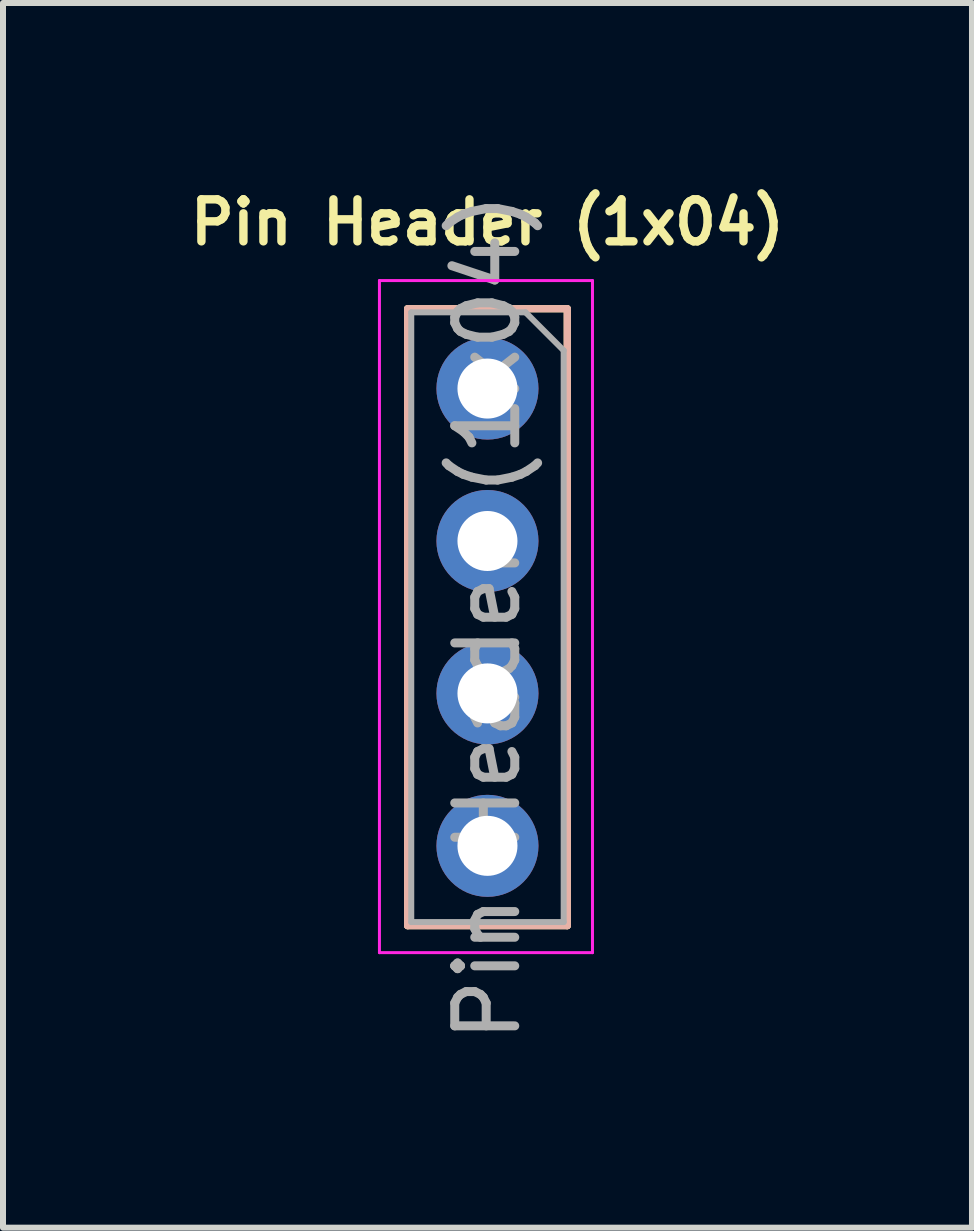
<source format=kicad_pcb>
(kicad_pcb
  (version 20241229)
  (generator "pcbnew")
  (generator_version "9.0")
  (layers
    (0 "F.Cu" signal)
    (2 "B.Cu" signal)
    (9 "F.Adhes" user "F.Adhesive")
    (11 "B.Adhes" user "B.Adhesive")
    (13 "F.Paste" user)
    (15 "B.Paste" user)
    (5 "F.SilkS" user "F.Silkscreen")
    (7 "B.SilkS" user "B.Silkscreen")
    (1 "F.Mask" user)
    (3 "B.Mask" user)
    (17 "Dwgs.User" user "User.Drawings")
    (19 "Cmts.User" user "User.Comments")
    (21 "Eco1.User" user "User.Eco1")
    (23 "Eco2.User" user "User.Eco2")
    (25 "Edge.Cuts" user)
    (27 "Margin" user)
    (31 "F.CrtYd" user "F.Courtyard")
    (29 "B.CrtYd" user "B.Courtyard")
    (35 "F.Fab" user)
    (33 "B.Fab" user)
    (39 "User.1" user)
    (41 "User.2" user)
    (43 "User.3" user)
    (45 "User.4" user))
  (footprint "Pin Header (1x04)"
    (layer "F.Cu")
    (at 5.073 3.425)
    (property "Reference" "Pin Header (1x04)" (at 0 -2.77 0) (layer "F.SilkS") (effects (font (size 0.7 0.7) (thickness 0.14) (bold yes))))
    (attr through_hole)
    (fp_line (start -1.33 -1.33) (end -1.33 8.95) (stroke (width 0.12) (type solid)) (layer "F.SilkS"))
    (fp_line (start -1.33 -1.33) (end 1.33 -1.33) (stroke (width 0.12) (type solid)) (layer "F.SilkS"))
    (fp_line (start -1.33 8.95) (end 1.33 8.95) (stroke (width 0.12) (type solid)) (layer "F.SilkS"))
    (fp_line (start 1.33 -1.33) (end 1.33 8.95) (stroke (width 0.12) (type solid)) (layer "F.SilkS"))
    (fp_line (start -1.33 -1.33) (end -1.33 8.95) (stroke (width 0.12) (type solid)) (layer "B.SilkS"))
    (fp_line (start -1.33 -1.33) (end 1.33 -1.33) (stroke (width 0.12) (type solid)) (layer "B.SilkS"))
    (fp_line (start -1.33 8.95) (end 1.33 8.95) (stroke (width 0.12) (type solid)) (layer "B.SilkS"))
    (fp_line (start 1.33 -1.33) (end 1.33 8.95) (stroke (width 0.12) (type solid)) (layer "B.SilkS"))
    (fp_line (start -1.8 -1.8) (end 1.75 -1.8) (stroke (width 0.05) (type solid)) (layer "F.CrtYd"))
    (fp_line (start -1.8 9.4) (end -1.8 -1.8) (stroke (width 0.05) (type solid)) (layer "F.CrtYd"))
    (fp_line (start 1.75 -1.8) (end 1.75 9.4) (stroke (width 0.05) (type solid)) (layer "F.CrtYd"))
    (fp_line (start 1.75 9.4) (end -1.8 9.4) (stroke (width 0.05) (type solid)) (layer "F.CrtYd"))
    (fp_line (start -1.27 -1.27) (end 0.635 -1.27) (stroke (width 0.1) (type solid)) (layer "F.Fab"))
    (fp_line (start -1.27 8.89) (end -1.27 -1.27) (stroke (width 0.1) (type solid)) (layer "F.Fab"))
    (fp_line (start 0.635 -1.27) (end 1.27 -0.635) (stroke (width 0.1) (type solid)) (layer "F.Fab"))
    (fp_line (start 1.27 -0.635) (end 1.27 8.89) (stroke (width 0.1) (type solid)) (layer "F.Fab"))
    (fp_line (start 1.27 8.89) (end -1.27 8.89) (stroke (width 0.1) (type solid)) (layer "F.Fab"))
    (fp_text user "${REFERENCE}" (at 0 3.81 90) (layer "F.Fab") (effects (font (size 1 1) (thickness 0.15))))
    (pad "1" thru_hole circle (at 0 0) (size 1.7 1.7) (drill 1) (layers "*.Cu" "*.Mask"))
    (pad "2" thru_hole oval (at 0 2.54) (size 1.7 1.7) (drill 1) (layers "*.Cu" "*.Mask"))
    (pad "3" thru_hole oval (at 0 5.08) (size 1.7 1.7) (drill 1) (layers "*.Cu" "*.Mask"))
    (pad "4" thru_hole oval (at 0 7.62) (size 1.7 1.7) (drill 1) (layers "*.Cu" "*.Mask")))
  (gr_rect
    (start -3 -3)
    (end 13.147 17.408)
    (stroke (width 0.1) (type default))
    (fill no)
    (layer "Edge.Cuts")))
</source>
